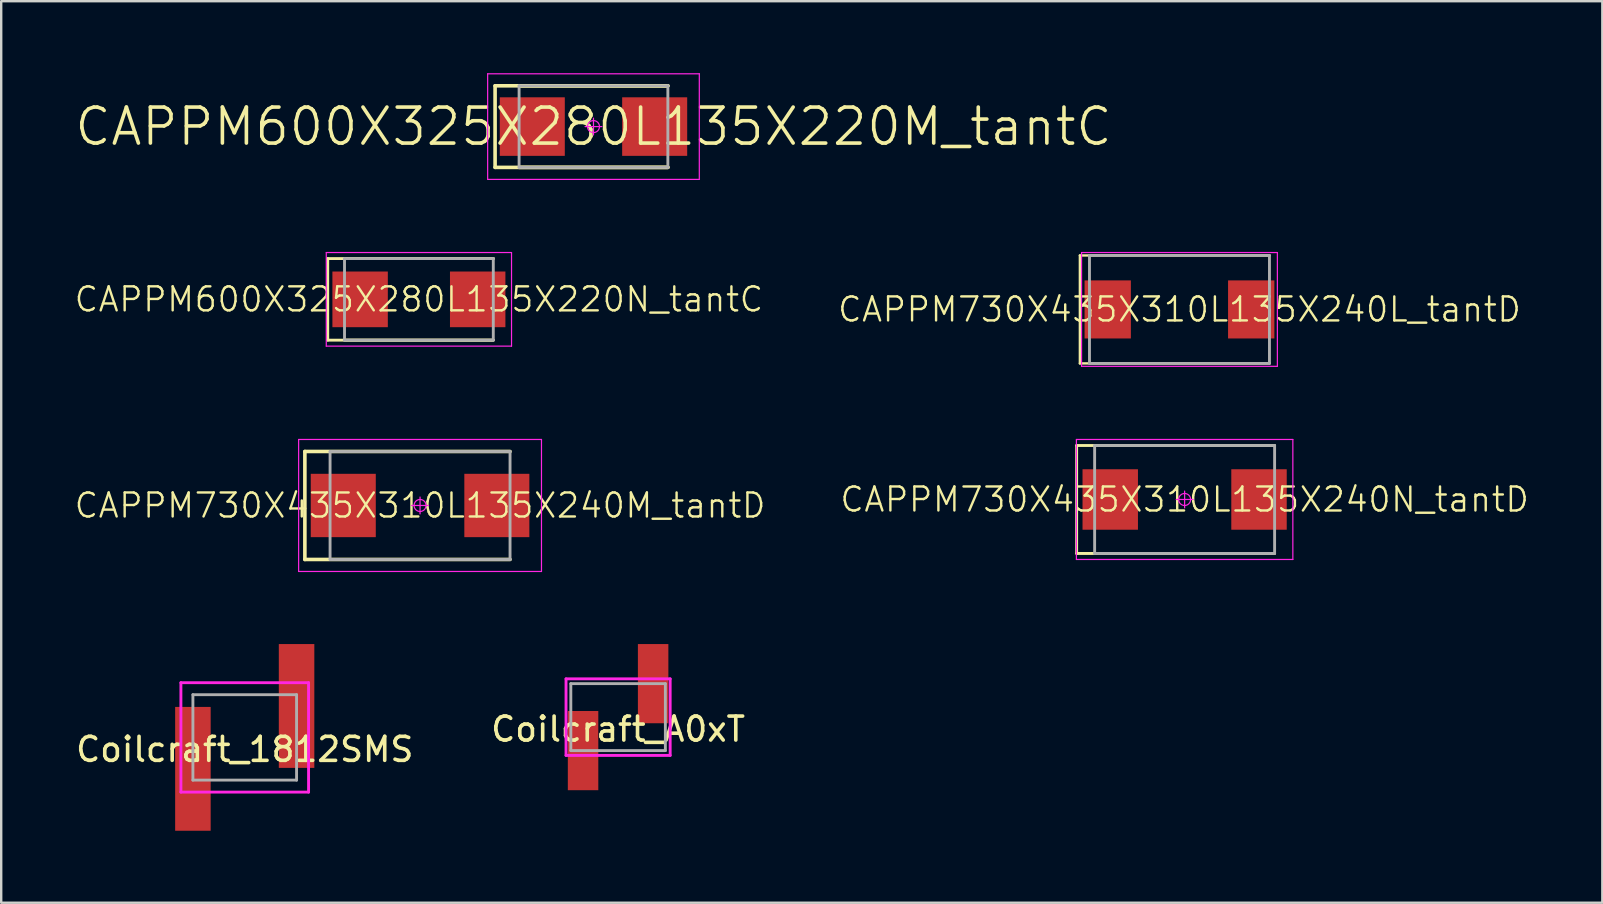
<source format=kicad_pcb>
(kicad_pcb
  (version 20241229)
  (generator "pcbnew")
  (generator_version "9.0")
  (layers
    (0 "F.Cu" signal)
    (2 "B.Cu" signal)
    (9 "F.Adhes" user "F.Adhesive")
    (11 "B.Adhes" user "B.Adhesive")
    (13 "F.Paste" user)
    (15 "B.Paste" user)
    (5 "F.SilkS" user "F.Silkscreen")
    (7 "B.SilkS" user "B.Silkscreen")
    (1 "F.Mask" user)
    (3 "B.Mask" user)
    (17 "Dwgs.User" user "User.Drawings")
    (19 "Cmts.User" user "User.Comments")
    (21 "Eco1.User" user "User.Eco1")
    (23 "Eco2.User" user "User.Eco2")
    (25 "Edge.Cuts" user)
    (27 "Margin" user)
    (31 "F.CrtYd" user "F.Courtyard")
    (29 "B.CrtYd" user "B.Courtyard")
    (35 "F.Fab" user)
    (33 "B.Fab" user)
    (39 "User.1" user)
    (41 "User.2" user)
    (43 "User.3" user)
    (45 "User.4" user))
  (footprint "CAPPM600X325X280L135X220M_tantC"
    (layer "F.Cu")
    (at 21.682 2.225)
    (property "Reference" "CAPPM600X325X280L135X220M_tantC" (at 0 0 0) (layer "F.SilkS") (effects (font (size 1.5 1.5) (thickness 0.15))))
    (attr smd)
    (fp_line (start -4.1 -1.7) (end -4.1 1.7) (stroke (width 0.15) (type solid)) (layer "F.SilkS"))
    (fp_line (start -4.1 -1.7) (end 3.1 -1.7) (stroke (width 0.15) (type solid)) (layer "F.SilkS"))
    (fp_line (start -3.1 -1.7) (end 3.1 -1.7) (stroke (width 0.15) (type solid)) (layer "F.SilkS"))
    (fp_line (start 3.1 1.7) (end -4.1 1.7) (stroke (width 0.15) (type solid)) (layer "F.SilkS"))
    (fp_line (start 3.1 1.7) (end -3.1 1.7) (stroke (width 0.15) (type solid)) (layer "F.SilkS"))
    (fp_line (start -4.41 -2.2) (end 4.41 -2.2) (stroke (width 0.05) (type solid)) (layer "F.CrtYd"))
    (fp_line (start -4.41 2.2) (end -4.41 -2.2) (stroke (width 0.05) (type solid)) (layer "F.CrtYd"))
    (fp_line (start 0 -0.35) (end 0 0.35) (stroke (width 0.05) (type solid)) (layer "F.CrtYd"))
    (fp_line (start 0.35 0) (end -0.35 0) (stroke (width 0.05) (type solid)) (layer "F.CrtYd"))
    (fp_line (start 4.41 -2.2) (end 4.41 2.2) (stroke (width 0.05) (type solid)) (layer "F.CrtYd"))
    (fp_line (start 4.41 2.2) (end -4.41 2.2) (stroke (width 0.05) (type solid)) (layer "F.CrtYd"))
    (fp_circle (center 0 0) (end 0 0.25) (stroke (width 0.05) (type solid)) (fill no) (layer "F.CrtYd"))
    (fp_line (start -3.1 -1.7) (end 3.1 -1.7) (stroke (width 0.12) (type solid)) (layer "F.Fab"))
    (fp_line (start -3.1 1.7) (end -3.1 -1.7) (stroke (width 0.12) (type solid)) (layer "F.Fab"))
    (fp_line (start 3.1 -1.7) (end 3.1 1.7) (stroke (width 0.12) (type solid)) (layer "F.Fab"))
    (fp_line (start 3.1 1.7) (end -3.1 1.7) (stroke (width 0.12) (type solid)) (layer "F.Fab"))
    (pad "1" smd rect (at -2.55 0) (size 2.71 2.44) (layers "F.Cu" "F.Mask" "F.Paste"))
    (pad "2" smd rect (at 2.55 0) (size 2.71 2.44) (layers "F.Cu" "F.Mask" "F.Paste")))
  (footprint "CAPPM600X325X280L135X220N_tantC"
    (layer "F.Cu")
    (at 14.407 9.425)
    (property "Reference" "CAPPM600X325X280L135X220N_tantC" (at 0 0 0) (layer "F.SilkS") (effects (font (size 1 1) (thickness 0.1))))
    (attr smd)
    (fp_line (start -3.8 -1.7) (end -3.8 1.7) (stroke (width 0.12) (type solid)) (layer "F.SilkS"))
    (fp_line (start -3.8 -1.7) (end 3.1 -1.7) (stroke (width 0.12) (type solid)) (layer "F.SilkS"))
    (fp_line (start -3.1 -1.7) (end 3.1 -1.7) (stroke (width 0.12) (type solid)) (layer "F.SilkS"))
    (fp_line (start 3.1 1.7) (end -3.8 1.7) (stroke (width 0.12) (type solid)) (layer "F.SilkS"))
    (fp_line (start 3.1 1.7) (end -3.1 1.7) (stroke (width 0.12) (type solid)) (layer "F.SilkS"))
    (fp_line (start -3.86 -1.95) (end 3.86 -1.95) (stroke (width 0.05) (type solid)) (layer "F.CrtYd"))
    (fp_line (start -3.86 1.95) (end -3.86 -1.95) (stroke (width 0.05) (type solid)) (layer "F.CrtYd"))
    (fp_line (start 3.86 -1.95) (end 3.86 1.95) (stroke (width 0.05) (type solid)) (layer "F.CrtYd"))
    (fp_line (start 3.86 1.95) (end -3.86 1.95) (stroke (width 0.05) (type solid)) (layer "F.CrtYd"))
    (fp_line (start -3.1 -1.7) (end 3.1 -1.7) (stroke (width 0.12) (type solid)) (layer "F.Fab"))
    (fp_line (start -3.1 1.7) (end -3.1 -1.7) (stroke (width 0.12) (type solid)) (layer "F.Fab"))
    (fp_line (start 3.1 -1.7) (end 3.1 1.7) (stroke (width 0.12) (type solid)) (layer "F.Fab"))
    (fp_line (start 3.1 1.7) (end -3.1 1.7) (stroke (width 0.12) (type solid)) (layer "F.Fab"))
    (pad "1" smd rect (at -2.45 0) (size 2.31 2.32) (layers "F.Cu" "F.Mask" "F.Paste"))
    (pad "2" smd rect (at 2.45 0) (size 2.31 2.32) (layers "F.Cu" "F.Mask" "F.Paste")))
  (footprint "Coilcraft_1812SMS"
    (layer "F.Cu")
    (at 7.149 27.68)
    (property "Reference" "Coilcraft_1812SMS" (at 0 0.5 0) (layer "F.SilkS") (effects (font (size 1 1) (thickness 0.15))))
    (attr smd)
    (fp_line (start -2.66 -2.28) (end 2.66 -2.28) (stroke (width 0.12) (type solid)) (layer "F.CrtYd"))
    (fp_line (start -2.66 2.28) (end -2.66 -2.28) (stroke (width 0.12) (type solid)) (layer "F.CrtYd"))
    (fp_line (start 2.66 -2.28) (end 2.66 2.28) (stroke (width 0.12) (type solid)) (layer "F.CrtYd"))
    (fp_line (start 2.66 2.28) (end -2.66 2.28) (stroke (width 0.12) (type solid)) (layer "F.CrtYd"))
    (fp_line (start -2.16 -1.78) (end -2.16 1.78) (stroke (width 0.12) (type solid)) (layer "F.Fab"))
    (fp_line (start -2.16 1.78) (end 2.16 1.78) (stroke (width 0.12) (type solid)) (layer "F.Fab"))
    (fp_line (start 2.16 -1.78) (end -2.16 -1.78) (stroke (width 0.12) (type solid)) (layer "F.Fab"))
    (fp_line (start 2.16 1.78) (end 2.16 -1.78) (stroke (width 0.12) (type solid)) (layer "F.Fab"))
    (pad "1" smd rect (at -2.16 1.31) (size 1.48 5.16) (layers "F.Cu" "F.Mask" "F.Paste"))
    (pad "2" smd rect (at 2.16 -1.31) (size 1.48 5.16) (layers "F.Cu" "F.Mask" "F.Paste")))
  (footprint "Coilcraft_A0xT"
    (layer "F.Cu")
    (at 22.708 26.835)
    (property "Reference" "Coilcraft_A0xT" (at 0 0.5 0) (layer "F.SilkS") (effects (font (size 1 1) (thickness 0.15))))
    (attr through_hole)
    (fp_line (start -2.17 -1.595) (end 2.17 -1.595) (stroke (width 0.12) (type solid)) (layer "F.CrtYd"))
    (fp_line (start -2.17 1.595) (end -2.17 -1.595) (stroke (width 0.12) (type solid)) (layer "F.CrtYd"))
    (fp_line (start 2.17 -1.595) (end 2.17 1.595) (stroke (width 0.12) (type solid)) (layer "F.CrtYd"))
    (fp_line (start 2.17 1.595) (end -2.17 1.595) (stroke (width 0.12) (type solid)) (layer "F.CrtYd"))
    (fp_line (start -1.97 -1.395) (end -1.97 1.395) (stroke (width 0.12) (type solid)) (layer "F.Fab"))
    (fp_line (start -1.97 1.395) (end 1.97 1.395) (stroke (width 0.12) (type solid)) (layer "F.Fab"))
    (fp_line (start 1.97 -1.395) (end -1.97 -1.395) (stroke (width 0.12) (type solid)) (layer "F.Fab"))
    (fp_line (start 1.97 1.395) (end 1.97 -1.395) (stroke (width 0.12) (type solid)) (layer "F.Fab"))
    (pad "1" smd rect (at -1.46 1.395) (size 1.27 3.3) (layers "F.Cu" "F.Mask" "F.Paste"))
    (pad "2" smd rect (at 1.46 -1.395) (size 1.27 3.3) (layers "F.Cu" "F.Mask" "F.Paste")))
  (footprint "CAPPM730X435X310L135X240N_tantD"
    (layer "F.Cu")
    (at 46.317 17.765)
    (property "Reference" "CAPPM730X435X310L135X240N_tantD" (at 0 0 0) (layer "F.SilkS") (effects (font (size 1 1) (thickness 0.1))))
    (attr smd)
    (fp_line (start -4.5 -2.25) (end 3.75 -2.25) (stroke (width 0.12) (type solid)) (layer "F.SilkS"))
    (fp_line (start -4.5 2.25) (end -4.5 -2.25) (stroke (width 0.12) (type solid)) (layer "F.SilkS"))
    (fp_line (start 3.75 2.25) (end -4.5 2.25) (stroke (width 0.12) (type solid)) (layer "F.SilkS"))
    (fp_line (start -4.51 -2.5) (end 4.51 -2.5) (stroke (width 0.05) (type solid)) (layer "F.CrtYd"))
    (fp_line (start -4.51 2.5) (end -4.51 -2.5) (stroke (width 0.05) (type solid)) (layer "F.CrtYd"))
    (fp_line (start 0 -0.35) (end 0 0.35) (stroke (width 0.05) (type solid)) (layer "F.CrtYd"))
    (fp_line (start 0.35 0) (end -0.35 0) (stroke (width 0.05) (type solid)) (layer "F.CrtYd"))
    (fp_line (start 4.51 -2.5) (end 4.51 2.5) (stroke (width 0.05) (type solid)) (layer "F.CrtYd"))
    (fp_line (start 4.51 2.5) (end -4.51 2.5) (stroke (width 0.05) (type solid)) (layer "F.CrtYd"))
    (fp_circle (center 0 0) (end 0 0.25) (stroke (width 0.05) (type solid)) (fill no) (layer "F.CrtYd"))
    (fp_line (start -3.75 -2.25) (end 3.75 -2.25) (stroke (width 0.12) (type solid)) (layer "F.Fab"))
    (fp_line (start -3.75 2.25) (end -3.75 -2.25) (stroke (width 0.12) (type solid)) (layer "F.Fab"))
    (fp_line (start 3.75 -2.25) (end 3.75 2.25) (stroke (width 0.12) (type solid)) (layer "F.Fab"))
    (fp_line (start 3.75 2.25) (end -3.75 2.25) (stroke (width 0.12) (type solid)) (layer "F.Fab"))
    (pad "1" smd rect (at -3.1 0) (size 2.31 2.52) (layers "F.Cu" "F.Mask" "F.Paste"))
    (pad "2" smd rect (at 3.1 0) (size 2.31 2.52) (layers "F.Cu" "F.Mask" "F.Paste")))
  (footprint "CAPPM730X435X310L135X240L_tantD"
    (layer "F.Cu")
    (at 46.102 9.845)
    (property "Reference" "CAPPM730X435X310L135X240L_tantD" (at 0 0 0) (layer "F.SilkS") (effects (font (size 1 1) (thickness 0.1))))
    (attr smd)
    (fp_line (start -4.15 -2.25) (end 3.75 -2.25) (stroke (width 0.1) (type solid)) (layer "F.SilkS"))
    (fp_line (start -4.15 2.25) (end -4.15 -2.25) (stroke (width 0.1) (type solid)) (layer "F.SilkS"))
    (fp_line (start 3.75 2.25) (end -4.15 2.25) (stroke (width 0.1) (type solid)) (layer "F.SilkS"))
    (fp_line (start -4.08 -2.37) (end 4.08 -2.37) (stroke (width 0.05) (type solid)) (layer "F.CrtYd"))
    (fp_line (start -4.08 2.37) (end -4.08 -2.37) (stroke (width 0.05) (type solid)) (layer "F.CrtYd"))
    (fp_line (start 4.08 -2.37) (end 4.08 2.37) (stroke (width 0.05) (type solid)) (layer "F.CrtYd"))
    (fp_line (start 4.08 2.37) (end -4.08 2.37) (stroke (width 0.05) (type solid)) (layer "F.CrtYd"))
    (fp_line (start -3.75 -2.25) (end 3.75 -2.25) (stroke (width 0.12) (type solid)) (layer "F.Fab"))
    (fp_line (start -3.75 2.25) (end -3.75 -2.25) (stroke (width 0.12) (type solid)) (layer "F.Fab"))
    (fp_line (start 3.75 -2.25) (end 3.75 2.25) (stroke (width 0.12) (type solid)) (layer "F.Fab"))
    (fp_line (start 3.75 2.25) (end -3.75 2.25) (stroke (width 0.12) (type solid)) (layer "F.Fab"))
    (pad "1" smd rect (at -2.99 0) (size 1.93 2.42) (layers "F.Cu" "F.Mask" "F.Paste"))
    (pad "2" smd rect (at 2.99 0) (size 1.93 2.42) (layers "F.Cu" "F.Mask" "F.Paste")))
  (footprint "CAPPM730X435X310L135X240M_tantD"
    (layer "F.Cu")
    (at 14.455 18.015)
    (property "Reference" "CAPPM730X435X310L135X240M_tantD" (at 0 0 0) (layer "F.SilkS") (effects (font (size 1 1) (thickness 0.1))))
    (attr smd)
    (fp_line (start -4.8 -2.25) (end 3.75 -2.25) (stroke (width 0.15) (type solid)) (layer "F.SilkS"))
    (fp_line (start -4.8 2.25) (end -4.8 -2.25) (stroke (width 0.15) (type solid)) (layer "F.SilkS"))
    (fp_line (start 3.75 2.25) (end -4.8 2.25) (stroke (width 0.15) (type solid)) (layer "F.SilkS"))
    (fp_line (start -5.06 -2.75) (end 5.06 -2.75) (stroke (width 0.05) (type solid)) (layer "F.CrtYd"))
    (fp_line (start -5.06 2.75) (end -5.06 -2.75) (stroke (width 0.05) (type solid)) (layer "F.CrtYd"))
    (fp_line (start 0 -0.35) (end 0 0.35) (stroke (width 0.05) (type solid)) (layer "F.CrtYd"))
    (fp_line (start 0.35 0) (end -0.35 0) (stroke (width 0.05) (type solid)) (layer "F.CrtYd"))
    (fp_line (start 5.06 -2.75) (end 5.06 2.75) (stroke (width 0.05) (type solid)) (layer "F.CrtYd"))
    (fp_line (start 5.06 2.75) (end -5.06 2.75) (stroke (width 0.05) (type solid)) (layer "F.CrtYd"))
    (fp_circle (center 0 0) (end 0 0.25) (stroke (width 0.05) (type solid)) (fill no) (layer "F.CrtYd"))
    (fp_line (start -3.75 -2.25) (end 3.75 -2.25) (stroke (width 0.12) (type solid)) (layer "F.Fab"))
    (fp_line (start -3.75 2.25) (end -3.75 -2.25) (stroke (width 0.12) (type solid)) (layer "F.Fab"))
    (fp_line (start 3.75 -2.25) (end 3.75 2.25) (stroke (width 0.12) (type solid)) (layer "F.Fab"))
    (fp_line (start 3.75 2.25) (end -3.75 2.25) (stroke (width 0.12) (type solid)) (layer "F.Fab"))
    (pad "1" smd rect (at -3.2 0) (size 2.71 2.64) (layers "F.Cu" "F.Mask" "F.Paste"))
    (pad "2" smd rect (at 3.2 0) (size 2.71 2.64) (layers "F.Cu" "F.Mask" "F.Paste")))
  (gr_rect
    (start -3 -3)
    (end 63.724 34.57)
    (stroke (width 0.1) (type default))
    (fill no)
    (layer "Edge.Cuts")))
</source>
